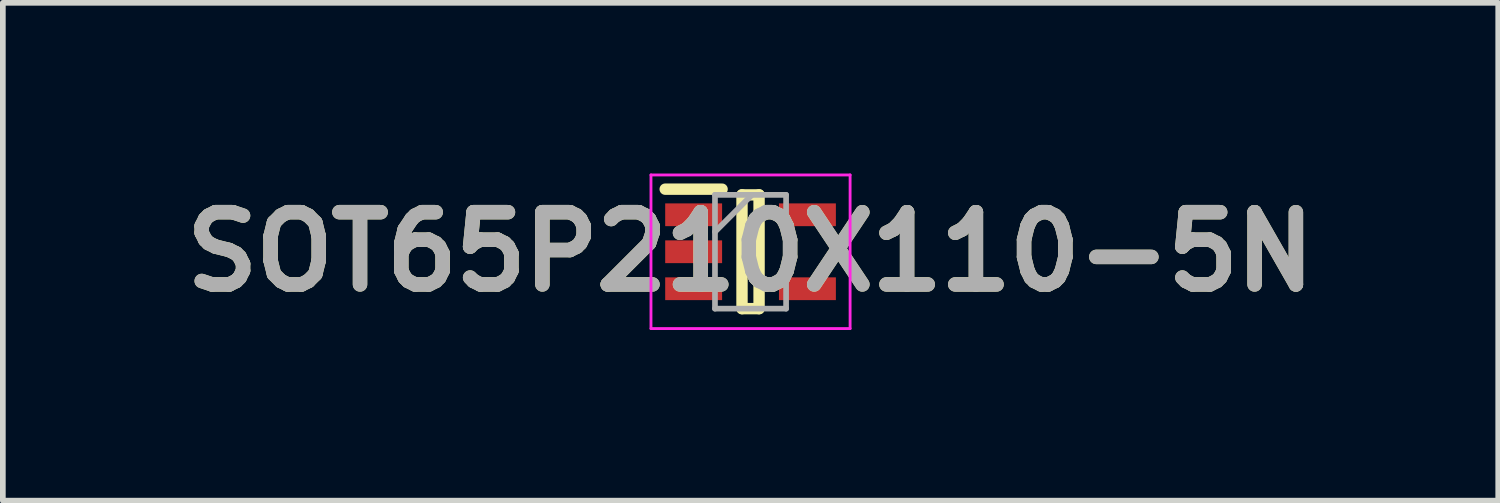
<source format=kicad_pcb>
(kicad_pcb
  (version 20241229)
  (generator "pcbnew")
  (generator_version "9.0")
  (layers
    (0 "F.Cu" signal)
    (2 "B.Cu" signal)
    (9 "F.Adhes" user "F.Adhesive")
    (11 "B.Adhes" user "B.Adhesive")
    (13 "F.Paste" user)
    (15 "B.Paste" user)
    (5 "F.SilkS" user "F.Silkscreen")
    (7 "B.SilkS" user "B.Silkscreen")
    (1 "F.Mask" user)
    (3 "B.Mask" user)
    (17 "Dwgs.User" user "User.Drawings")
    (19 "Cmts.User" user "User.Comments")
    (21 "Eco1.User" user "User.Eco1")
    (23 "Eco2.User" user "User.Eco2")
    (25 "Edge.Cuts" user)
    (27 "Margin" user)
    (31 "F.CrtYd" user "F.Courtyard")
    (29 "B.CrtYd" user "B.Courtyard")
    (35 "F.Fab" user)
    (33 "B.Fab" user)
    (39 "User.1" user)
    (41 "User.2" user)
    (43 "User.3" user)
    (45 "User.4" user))
  (footprint "SOT65P210X110-5N"
    (layer "F.Cu")
    (at 10.142 1.375)
    (property "Reference" "SOT65P210X110-5N" (at 0 0 0) (layer "F.SilkS") (effects (font (size 1.27 1.27) (thickness 0.254))))
    (attr smd)
    (fp_line (start -1.5 -1.1) (end -0.5 -1.1) (stroke (width 0.2) (type solid)) (layer "F.SilkS"))
    (fp_line (start -0.15 -1) (end 0.15 -1) (stroke (width 0.2) (type solid)) (layer "F.SilkS"))
    (fp_line (start -0.15 1) (end -0.15 -1) (stroke (width 0.2) (type solid)) (layer "F.SilkS"))
    (fp_line (start 0.15 -1) (end 0.15 1) (stroke (width 0.2) (type solid)) (layer "F.SilkS"))
    (fp_line (start 0.15 1) (end -0.15 1) (stroke (width 0.2) (type solid)) (layer "F.SilkS"))
    (fp_line (start -1.75 -1.35) (end 1.75 -1.35) (stroke (width 0.05) (type solid)) (layer "F.CrtYd"))
    (fp_line (start -1.75 1.35) (end -1.75 -1.35) (stroke (width 0.05) (type solid)) (layer "F.CrtYd"))
    (fp_line (start 1.75 -1.35) (end 1.75 1.35) (stroke (width 0.05) (type solid)) (layer "F.CrtYd"))
    (fp_line (start 1.75 1.35) (end -1.75 1.35) (stroke (width 0.05) (type solid)) (layer "F.CrtYd"))
    (fp_line (start -0.625 -1) (end 0.625 -1) (stroke (width 0.1) (type solid)) (layer "F.Fab"))
    (fp_line (start -0.625 -0.35) (end 0.025 -1) (stroke (width 0.1) (type solid)) (layer "F.Fab"))
    (fp_line (start -0.625 1) (end -0.625 -1) (stroke (width 0.1) (type solid)) (layer "F.Fab"))
    (fp_line (start 0.625 -1) (end 0.625 1) (stroke (width 0.1) (type solid)) (layer "F.Fab"))
    (fp_line (start 0.625 1) (end -0.625 1) (stroke (width 0.1) (type solid)) (layer "F.Fab"))
    (fp_text user "${REFERENCE}" (at 0 0 0) (layer "F.Fab") (effects (font (size 1.27 1.27) (thickness 0.254))))
    (pad "1" smd rect (at -1 -0.65 90) (size 0.4 1) (layers "F.Cu" "F.Mask" "F.Paste"))
    (pad "2" smd rect (at -1 0 90) (size 0.4 1) (layers "F.Cu" "F.Mask" "F.Paste"))
    (pad "3" smd rect (at -1 0.65 90) (size 0.4 1) (layers "F.Cu" "F.Mask" "F.Paste"))
    (pad "4" smd rect (at 1 0.65 90) (size 0.4 1) (layers "F.Cu" "F.Mask" "F.Paste"))
    (pad "5" smd rect (at 1 -0.65 90) (size 0.4 1) (layers "F.Cu" "F.Mask" "F.Paste")))
  (gr_rect
    (start -3 -3)
    (end 23.284 5.75)
    (stroke (width 0.1) (type default))
    (fill no)
    (layer "Edge.Cuts")))
</source>
